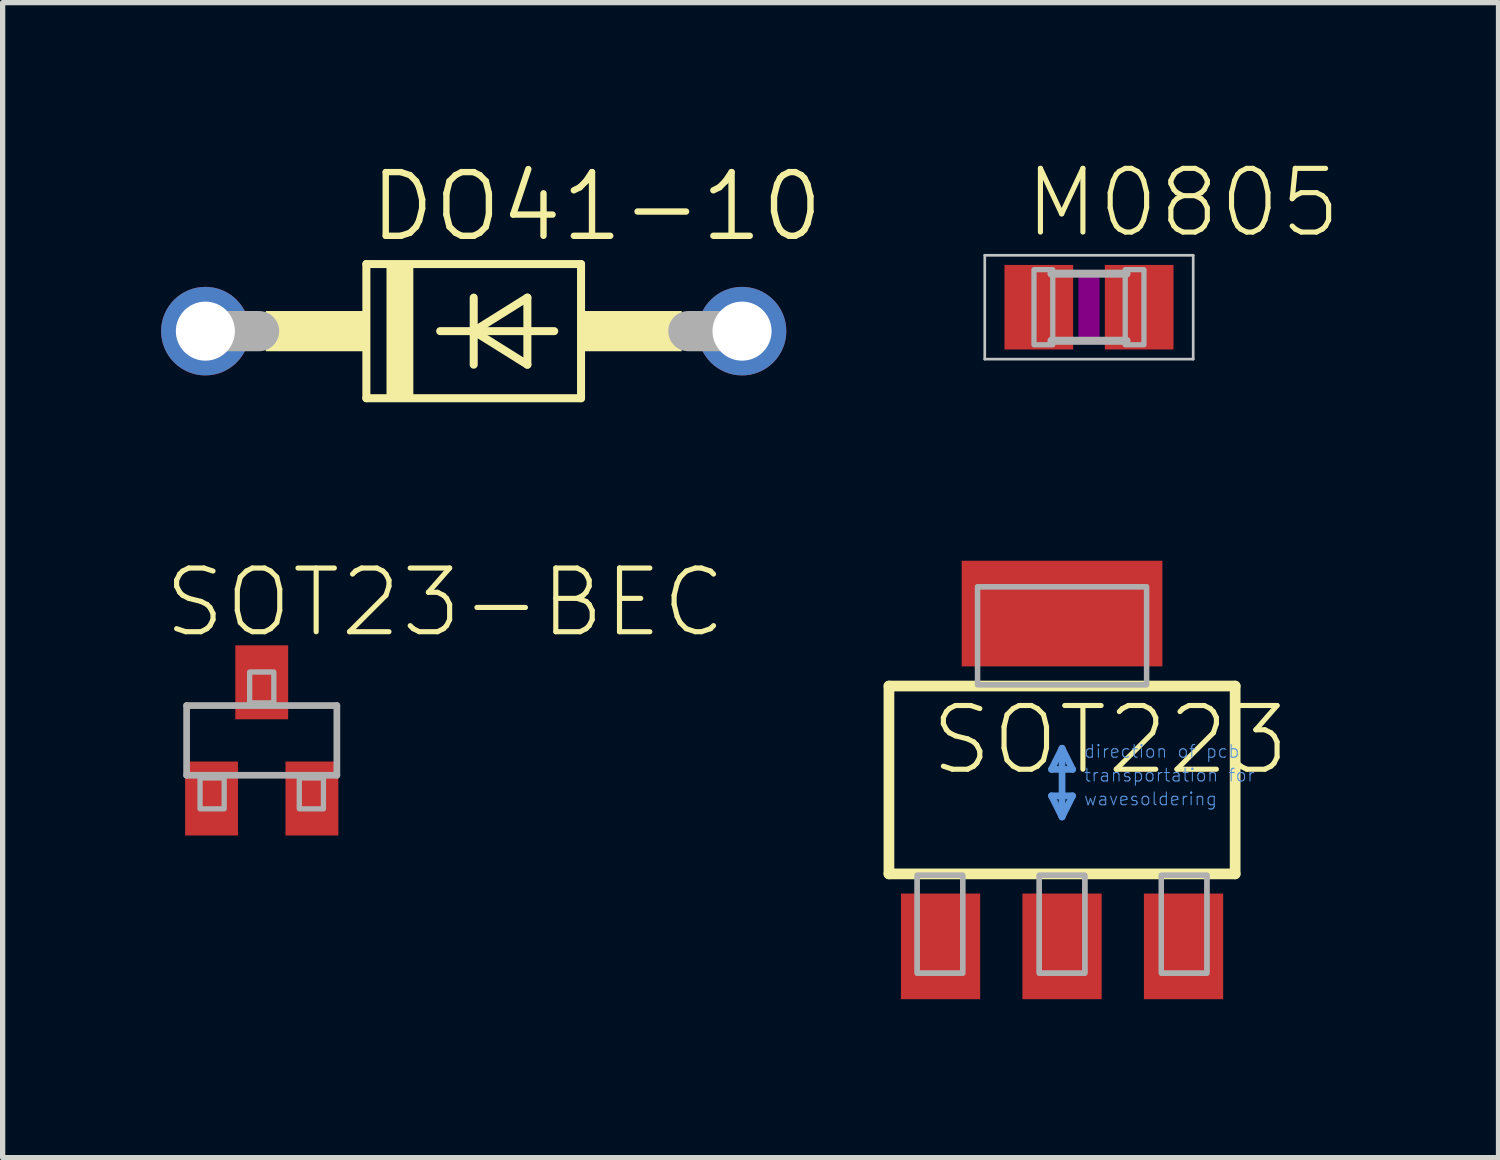
<source format=kicad_pcb>
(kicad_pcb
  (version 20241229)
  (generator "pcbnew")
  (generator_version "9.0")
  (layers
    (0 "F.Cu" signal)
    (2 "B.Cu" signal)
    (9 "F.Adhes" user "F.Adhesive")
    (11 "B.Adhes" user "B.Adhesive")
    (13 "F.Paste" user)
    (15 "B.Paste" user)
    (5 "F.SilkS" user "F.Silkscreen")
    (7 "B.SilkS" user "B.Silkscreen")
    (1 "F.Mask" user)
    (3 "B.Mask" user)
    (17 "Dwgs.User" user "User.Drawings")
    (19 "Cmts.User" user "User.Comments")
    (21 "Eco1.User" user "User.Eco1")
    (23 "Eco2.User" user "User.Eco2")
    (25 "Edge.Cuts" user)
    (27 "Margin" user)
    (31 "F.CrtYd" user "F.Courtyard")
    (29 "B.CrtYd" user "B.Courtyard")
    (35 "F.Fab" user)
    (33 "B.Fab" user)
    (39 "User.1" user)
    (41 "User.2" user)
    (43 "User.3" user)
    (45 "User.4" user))
  (footprint "M0805"
    (layer "F.Cu")
    (at 17.566 2.766)
    (property "Reference" "M0805" (at -1.27 -1.27 0) (layer "F.SilkS") (effects (font (size 1.206 1.206) (thickness 0.097)) (justify left bottom)))
    (attr through_hole)
    (fp_poly (pts (xy -0.2 0.6) (xy 0.2 0.6) (xy 0.2 -0.6) (xy -0.2 -0.6)) (stroke (width 0) (type solid)) (fill yes) (layer "F.Adhes"))
    (fp_line (start -1.973 -0.983) (end 1.973 -0.983) (stroke (width 0.051) (type solid)) (layer "Dwgs.User"))
    (fp_line (start -1.973 0.983) (end -1.973 -0.983) (stroke (width 0.051) (type solid)) (layer "Dwgs.User"))
    (fp_line (start 1.973 -0.983) (end 1.973 0.983) (stroke (width 0.051) (type solid)) (layer "Dwgs.User"))
    (fp_line (start 1.973 0.983) (end -1.973 0.983) (stroke (width 0.051) (type solid)) (layer "Dwgs.User"))
    (fp_line (start 0.711 -0.635) (end -0.711 -0.635) (stroke (width 0.152) (type solid)) (layer "F.Fab"))
    (fp_line (start 0.711 0.635) (end -0.711 0.635) (stroke (width 0.152) (type solid)) (layer "F.Fab"))
    (fp_poly (pts (xy -1.041 0.711) (xy -0.686 0.711) (xy -0.686 -0.711) (xy -1.041 -0.711)) (stroke (width 0.1) (type solid)) (fill no) (layer "F.Fab"))
    (fp_poly (pts (xy 0.686 0.711) (xy 1.041 0.711) (xy 1.041 -0.711) (xy 0.686 -0.711)) (stroke (width 0.1) (type solid)) (fill no) (layer "F.Fab"))
    (pad "1" smd rect (at -0.95 0) (size 1.3 1.6) (layers "F.Cu" "F.Mask" "F.Paste"))
    (pad "2" smd rect (at 0.95 0) (size 1.3 1.6) (layers "F.Cu" "F.Mask" "F.Paste")))
  (footprint "SOT23-BEC"
    (layer "F.Cu")
    (at 1.905 10.967)
    (property "Reference" "SOT23-BEC" (at -1.905 -1.905 0) (layer "F.SilkS") (effects (font (size 1.206 1.206) (thickness 0.097)) (justify left bottom)))
    (attr through_hole)
    (fp_line (start -1.422 -0.66) (end 1.422 -0.66) (stroke (width 0.127) (type solid)) (layer "F.Fab"))
    (fp_line (start -1.422 0.66) (end -1.422 -0.66) (stroke (width 0.127) (type solid)) (layer "F.Fab"))
    (fp_line (start 1.422 -0.66) (end 1.422 0.66) (stroke (width 0.127) (type solid)) (layer "F.Fab"))
    (fp_line (start 1.422 0.66) (end -1.422 0.66) (stroke (width 0.127) (type solid)) (layer "F.Fab"))
    (fp_poly (pts (xy -1.168 1.295) (xy -0.711 1.295) (xy -0.711 0.711) (xy -1.168 0.711)) (stroke (width 0.1) (type solid)) (fill no) (layer "F.Fab"))
    (fp_poly (pts (xy -0.229 -0.711) (xy 0.229 -0.711) (xy 0.229 -1.295) (xy -0.229 -1.295)) (stroke (width 0.1) (type solid)) (fill no) (layer "F.Fab"))
    (fp_poly (pts (xy 0.711 1.295) (xy 1.168 1.295) (xy 1.168 0.711) (xy 0.711 0.711)) (stroke (width 0.1) (type solid)) (fill no) (layer "F.Fab"))
    (pad "B" smd rect (at -0.95 1.1) (size 1 1.4) (layers "F.Cu" "F.Mask" "F.Paste"))
    (pad "C" smd rect (at 0 -1.1) (size 1 1.4) (layers "F.Cu" "F.Mask" "F.Paste"))
    (pad "E" smd rect (at 0.95 1.1) (size 1 1.4) (layers "F.Cu" "F.Mask" "F.Paste")))
  (footprint "SOT223"
    (layer "F.Cu")
    (at 17.056 11.716)
    (property "Reference" "SOT223" (at -2.54 -0.051 0) (layer "F.SilkS") (effects (font (size 1.206 1.206) (thickness 0.097)) (justify left bottom)))
    (attr through_hole)
    (fp_line (start -3.277 -1.778) (end 3.277 -1.778) (stroke (width 0.203) (type solid)) (layer "F.SilkS"))
    (fp_line (start -3.277 1.778) (end -3.277 -1.778) (stroke (width 0.203) (type solid)) (layer "F.SilkS"))
    (fp_line (start 3.277 -1.778) (end 3.277 1.778) (stroke (width 0.203) (type solid)) (layer "F.SilkS"))
    (fp_line (start 3.277 1.778) (end -3.277 1.778) (stroke (width 0.203) (type solid)) (layer "F.SilkS"))
    (fp_line (start -0.2 -0.2) (end 0.2 -0.2) (stroke (width 0.127) (type solid)) (layer "Cmts.User"))
    (fp_line (start -0.2 0.3) (end 0 0.7) (stroke (width 0.127) (type solid)) (layer "Cmts.User"))
    (fp_line (start 0 -0.6) (end -0.2 -0.2) (stroke (width 0.127) (type solid)) (layer "Cmts.User"))
    (fp_line (start 0 0.7) (end 0 -0.6) (stroke (width 0.127) (type solid)) (layer "Cmts.User"))
    (fp_line (start 0 0.7) (end 0.2 0.3) (stroke (width 0.127) (type solid)) (layer "Cmts.User"))
    (fp_line (start 0.2 -0.2) (end 0 -0.6) (stroke (width 0.127) (type solid)) (layer "Cmts.User"))
    (fp_line (start 0.2 0.3) (end -0.2 0.3) (stroke (width 0.127) (type solid)) (layer "Cmts.User"))
    (fp_poly (pts (xy -2.743 1.803) (xy -2.743 3.658) (xy -1.88 3.658) (xy -1.88 1.803)) (stroke (width 0.1) (type solid)) (fill no) (layer "F.Fab"))
    (fp_poly (pts (xy -2.743 1.803) (xy -2.743 3.658) (xy -1.88 3.658) (xy -1.88 1.803)) (stroke (width 0.1) (type solid)) (fill no) (layer "F.Fab"))
    (fp_poly (pts (xy -1.6 -3.658) (xy -1.6 -1.803) (xy 1.6 -1.803) (xy 1.6 -3.658)) (stroke (width 0.1) (type solid)) (fill no) (layer "F.Fab"))
    (fp_poly (pts (xy -1.6 -3.658) (xy -1.6 -1.803) (xy 1.6 -1.803) (xy 1.6 -3.658)) (stroke (width 0.1) (type solid)) (fill no) (layer "F.Fab"))
    (fp_poly (pts (xy -0.432 1.803) (xy -0.432 3.658) (xy 0.432 3.658) (xy 0.432 1.803)) (stroke (width 0.1) (type solid)) (fill no) (layer "F.Fab"))
    (fp_poly (pts (xy -0.432 1.803) (xy -0.432 3.658) (xy 0.432 3.658) (xy 0.432 1.803)) (stroke (width 0.1) (type solid)) (fill no) (layer "F.Fab"))
    (fp_poly (pts (xy 1.88 1.803) (xy 1.88 3.658) (xy 2.743 3.658) (xy 2.743 1.803)) (stroke (width 0.1) (type solid)) (fill no) (layer "F.Fab"))
    (fp_poly (pts (xy 1.88 1.803) (xy 1.88 3.658) (xy 2.743 3.658) (xy 2.743 1.803)) (stroke (width 0.1) (type solid)) (fill no) (layer "F.Fab"))
    (fp_text user "transportation for" (at 0.4 0.05 0) (layer "Cmts.User") (effects (font (size 0.241 0.241) (thickness 0.02)) (justify left bottom)))
    (fp_text user "wavesoldering" (at 0.4 0.5 0) (layer "Cmts.User") (effects (font (size 0.241 0.241) (thickness 0.02)) (justify left bottom)))
    (fp_text user "direction of pcb" (at 0.4 -0.4 0) (layer "Cmts.User") (effects (font (size 0.241 0.241) (thickness 0.02)) (justify left bottom)))
    (pad "1" smd rect (at -2.3 3.15) (size 1.5 2) (layers "F.Cu" "F.Mask" "F.Paste"))
    (pad "2" smd rect (at 0 3.15) (size 1.5 2) (layers "F.Cu" "F.Mask" "F.Paste"))
    (pad "3" smd rect (at 2.3 3.15) (size 1.5 2) (layers "F.Cu" "F.Mask" "F.Paste"))
    (pad "4" smd rect (at 0 -3.15) (size 3.8 2) (layers "F.Cu" "F.Mask" "F.Paste")))
  (footprint "DO41-10"
    (layer "F.Cu")
    (at 5.918 3.219)
    (property "Reference" "DO41-10" (at -2.032 -1.651 0) (layer "F.SilkS") (effects (font (size 1.206 1.206) (thickness 0.121)) (justify left bottom)))
    (attr through_hole)
    (fp_line (start -2.032 -1.27) (end -2.032 1.27) (stroke (width 0.152) (type solid)) (layer "F.SilkS"))
    (fp_line (start -2.032 -1.27) (end 2.032 -1.27) (stroke (width 0.152) (type solid)) (layer "F.SilkS"))
    (fp_line (start -0.635 0) (end 0 0) (stroke (width 0.152) (type solid)) (layer "F.SilkS"))
    (fp_line (start 0 -0.635) (end 0 0) (stroke (width 0.152) (type solid)) (layer "F.SilkS"))
    (fp_line (start 0 0) (end 0 0.635) (stroke (width 0.152) (type solid)) (layer "F.SilkS"))
    (fp_line (start 0 0) (end 1.016 -0.635) (stroke (width 0.152) (type solid)) (layer "F.SilkS"))
    (fp_line (start 0 0) (end 1.524 0) (stroke (width 0.152) (type solid)) (layer "F.SilkS"))
    (fp_line (start 1.016 -0.635) (end 1.016 0.635) (stroke (width 0.152) (type solid)) (layer "F.SilkS"))
    (fp_line (start 1.016 0.635) (end 0 0) (stroke (width 0.152) (type solid)) (layer "F.SilkS"))
    (fp_line (start 2.032 1.27) (end -2.032 1.27) (stroke (width 0.152) (type solid)) (layer "F.SilkS"))
    (fp_line (start 2.032 1.27) (end 2.032 -1.27) (stroke (width 0.152) (type solid)) (layer "F.SilkS"))
    (fp_poly (pts (xy -3.937 0.381) (xy -2.032 0.381) (xy -2.032 -0.381) (xy -3.937 -0.381)) (stroke (width 0) (type solid)) (fill yes) (layer "F.SilkS"))
    (fp_poly (pts (xy -1.651 1.27) (xy -1.143 1.27) (xy -1.143 -1.27) (xy -1.651 -1.27)) (stroke (width 0) (type solid)) (fill yes) (layer "F.SilkS"))
    (fp_poly (pts (xy 2.032 0.381) (xy 3.937 0.381) (xy 3.937 -0.381) (xy 2.032 -0.381)) (stroke (width 0) (type solid)) (fill yes) (layer "F.SilkS"))
    (fp_line (start -5.08 0) (end -4.064 0) (stroke (width 0.762) (type solid)) (layer "F.Fab"))
    (fp_line (start 5.08 0) (end 4.064 0) (stroke (width 0.762) (type solid)) (layer "F.Fab"))
    (pad "A" thru_hole circle (at 5.08 0) (size 1.676 1.676) (drill 1.118) (layers "*.Cu" "*.Mask"))
    (pad "C" thru_hole circle (at -5.08 0) (size 1.676 1.676) (drill 1.118) (layers "*.Cu" "*.Mask")))
  (gr_rect
    (start -3 -3)
    (end 25.319 18.866)
    (stroke (width 0.1) (type default))
    (fill no)
    (layer "Edge.Cuts")))
</source>
